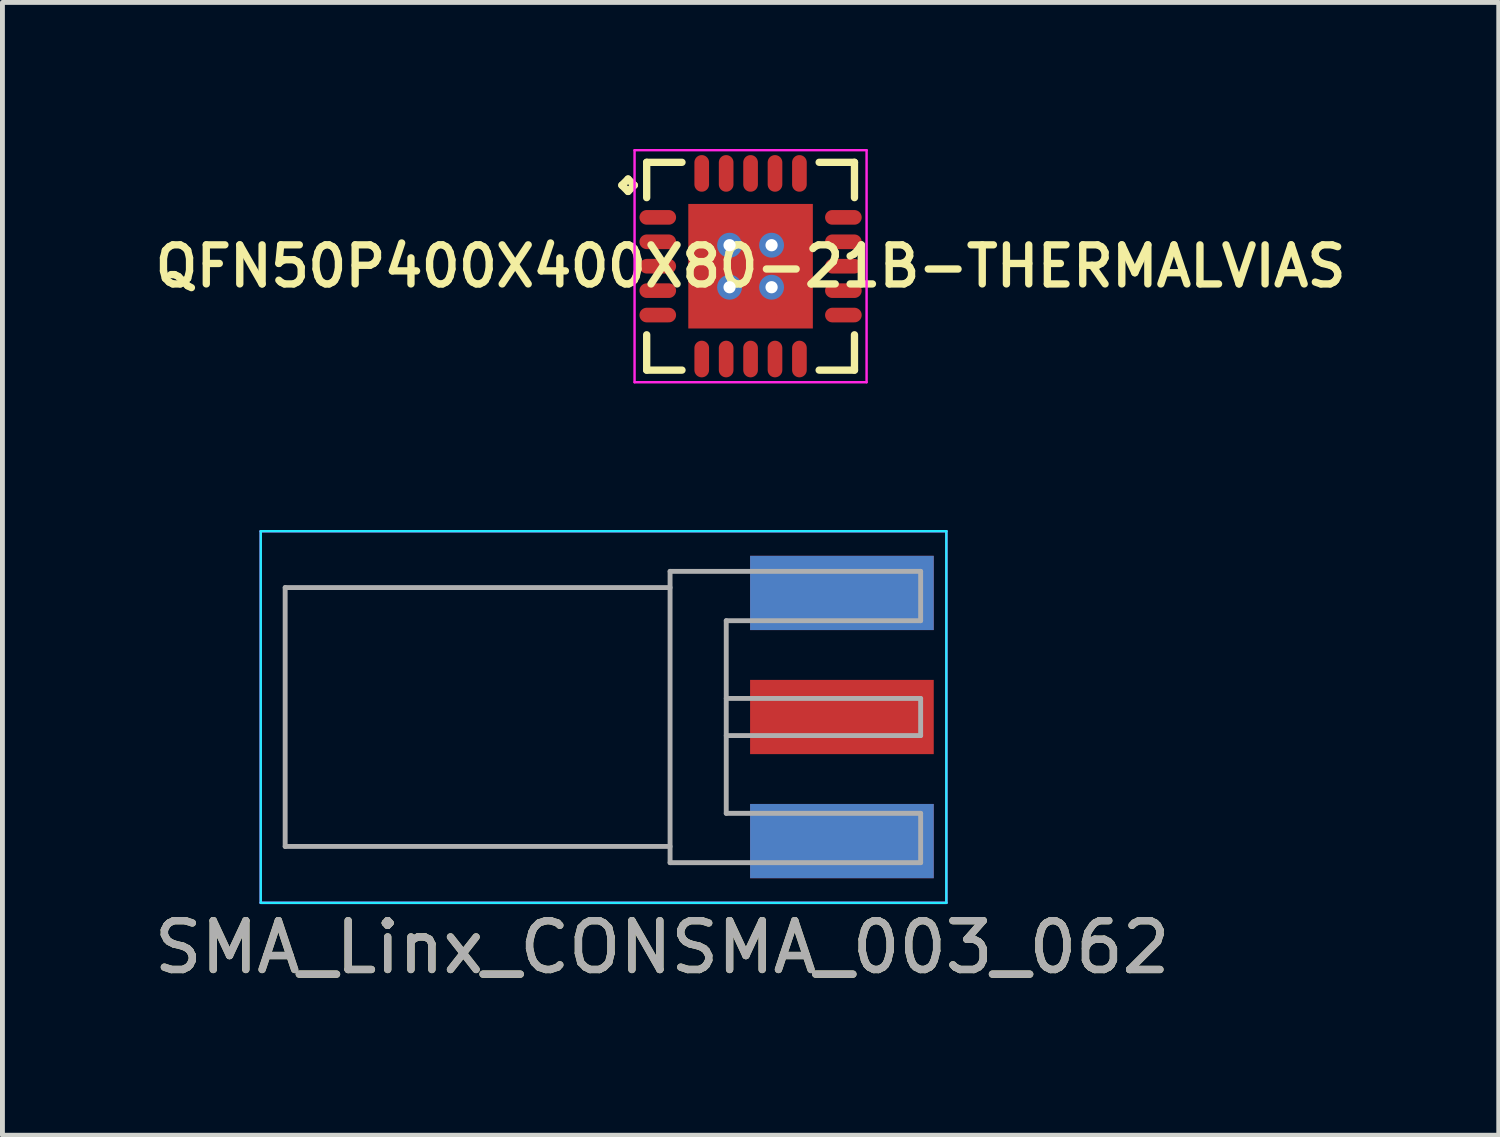
<source format=kicad_pcb>
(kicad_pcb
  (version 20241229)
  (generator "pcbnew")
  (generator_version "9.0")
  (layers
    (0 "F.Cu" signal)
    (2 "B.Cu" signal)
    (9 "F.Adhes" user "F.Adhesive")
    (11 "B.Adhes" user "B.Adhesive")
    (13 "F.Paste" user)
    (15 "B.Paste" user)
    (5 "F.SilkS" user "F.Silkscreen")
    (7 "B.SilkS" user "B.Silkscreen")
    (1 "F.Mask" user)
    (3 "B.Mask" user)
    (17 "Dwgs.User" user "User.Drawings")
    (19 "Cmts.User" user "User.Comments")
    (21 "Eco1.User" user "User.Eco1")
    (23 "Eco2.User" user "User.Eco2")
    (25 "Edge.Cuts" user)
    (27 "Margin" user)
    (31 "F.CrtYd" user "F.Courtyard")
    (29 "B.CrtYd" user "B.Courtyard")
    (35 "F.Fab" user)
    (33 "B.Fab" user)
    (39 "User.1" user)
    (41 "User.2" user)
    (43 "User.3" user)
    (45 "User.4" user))
  (footprint "SMA_Linx_CONSMA_003_062"
    (layer "F.Cu")
    (at 12.006 11.629)
    (property "Reference" "SMA_Linx_CONSMA_003_062" (at -1.5 4.714 0) (layer "F.SilkS") (effects (font (size 1 1) (thickness 0.15))))
    (attr smd)
    (fp_line (start -9.718 -3.804) (end -9.718 3.804) (stroke (width 0.05) (type solid)) (layer "B.CrtYd"))
    (fp_line (start -9.718 -3.804) (end 4.318 -3.804) (stroke (width 0.05) (type solid)) (layer "B.CrtYd"))
    (fp_line (start -9.718 3.804) (end 4.318 3.804) (stroke (width 0.05) (type solid)) (layer "B.CrtYd"))
    (fp_line (start 4.318 -3.804) (end 4.318 3.804) (stroke (width 0.05) (type solid)) (layer "B.CrtYd"))
    (fp_line (start -9.718 -3.804) (end -9.718 3.804) (stroke (width 0.05) (type solid)) (layer "F.CrtYd"))
    (fp_line (start -9.718 3.804) (end 4.318 3.804) (stroke (width 0.05) (type solid)) (layer "F.CrtYd"))
    (fp_line (start 4.318 -3.804) (end -9.718 -3.804) (stroke (width 0.05) (type solid)) (layer "F.CrtYd"))
    (fp_line (start 4.318 -3.804) (end 4.318 3.804) (stroke (width 0.05) (type solid)) (layer "F.CrtYd"))
    (fp_line (start -9.218 -2.65) (end -9.218 2.65) (stroke (width 0.1) (type solid)) (layer "F.Fab"))
    (fp_line (start -9.218 -2.65) (end -1.338 -2.65) (stroke (width 0.1) (type solid)) (layer "F.Fab"))
    (fp_line (start -9.218 2.65) (end -1.338 2.65) (stroke (width 0.1) (type solid)) (layer "F.Fab"))
    (fp_line (start -1.338 -2.982) (end -1.338 2.982) (stroke (width 0.1) (type solid)) (layer "F.Fab"))
    (fp_line (start -1.338 2.982) (end 3.792 2.982) (stroke (width 0.1) (type solid)) (layer "F.Fab"))
    (fp_line (start -0.188 -1.972) (end -0.188 1.972) (stroke (width 0.1) (type solid)) (layer "F.Fab"))
    (fp_line (start -0.188 -1.972) (end 3.792 -1.972) (stroke (width 0.1) (type solid)) (layer "F.Fab"))
    (fp_line (start -0.188 -0.38) (end 3.792 -0.38) (stroke (width 0.1) (type solid)) (layer "F.Fab"))
    (fp_line (start -0.188 0.38) (end 3.792 0.38) (stroke (width 0.1) (type solid)) (layer "F.Fab"))
    (fp_line (start -0.188 1.972) (end 3.792 1.972) (stroke (width 0.1) (type solid)) (layer "F.Fab"))
    (fp_line (start 3.792 -2.982) (end -1.338 -2.982) (stroke (width 0.1) (type solid)) (layer "F.Fab"))
    (fp_line (start 3.792 -2.982) (end 3.792 -1.972) (stroke (width 0.1) (type solid)) (layer "F.Fab"))
    (fp_line (start 3.792 -0.38) (end 3.792 0.38) (stroke (width 0.1) (type solid)) (layer "F.Fab"))
    (fp_line (start 3.792 1.972) (end 3.792 2.982) (stroke (width 0.1) (type solid)) (layer "F.Fab"))
    (fp_text user "${REFERENCE}" (at -1.5 4.714 0) (layer "F.Fab") (effects (font (size 1 1) (thickness 0.15))))
    (pad "1" smd rect (at 2.18 0) (size 3.76 1.52) (layers "F.Cu" "F.Mask"))
    (pad "2" smd rect (at 2.18 -2.54) (size 3.76 1.52) (layers "F.Cu" "F.Mask"))
    (pad "2" smd rect (at 2.18 -2.54) (size 3.76 1.52) (layers "B.Cu" "B.Mask"))
    (pad "2" smd rect (at 2.18 2.54) (size 3.76 1.52) (layers "F.Cu" "F.Mask"))
    (pad "2" smd rect (at 2.18 2.54) (size 3.76 1.52) (layers "B.Cu" "B.Mask")))
  (footprint "QFN50P400X400X80-21B-THERMALVIAS"
    (layer "F.Cu")
    (at 12.316 2.4)
    (property "Reference" "QFN50P400X400X80-21B-THERMALVIAS" (at 0 0 0) (layer "F.SilkS") (effects (font (size 0.8 0.8) (thickness 0.15))))
    (attr smd)
    (fp_line (start -2.635 -1.658) (end -2.508 -1.785) (stroke (width 0.15) (type solid)) (layer "F.SilkS"))
    (fp_line (start -2.508 -1.785) (end -2.381 -1.658) (stroke (width 0.15) (type solid)) (layer "F.SilkS"))
    (fp_line (start -2.508 -1.531) (end -2.635 -1.658) (stroke (width 0.15) (type solid)) (layer "F.SilkS"))
    (fp_line (start -2.381 -1.658) (end -2.508 -1.531) (stroke (width 0.15) (type solid)) (layer "F.SilkS"))
    (fp_line (start -2.127 -2.127) (end -1.404 -2.127) (stroke (width 0.15) (type solid)) (layer "F.SilkS"))
    (fp_line (start -2.127 -1.404) (end -2.127 -2.127) (stroke (width 0.15) (type solid)) (layer "F.SilkS"))
    (fp_line (start -2.127 1.404) (end -2.127 2.127) (stroke (width 0.15) (type solid)) (layer "F.SilkS"))
    (fp_line (start -2.127 2.127) (end -1.404 2.127) (stroke (width 0.15) (type solid)) (layer "F.SilkS"))
    (fp_line (start 1.404 -2.127) (end 2.127 -2.127) (stroke (width 0.15) (type solid)) (layer "F.SilkS"))
    (fp_line (start 1.404 2.127) (end 2.127 2.127) (stroke (width 0.15) (type solid)) (layer "F.SilkS"))
    (fp_line (start 2.127 -2.127) (end 2.127 -1.404) (stroke (width 0.15) (type solid)) (layer "F.SilkS"))
    (fp_line (start 2.127 2.127) (end 2.127 1.404) (stroke (width 0.15) (type solid)) (layer "F.SilkS"))
    (fp_line (start -2.375 -2.375) (end 2.375 -2.375) (stroke (width 0.05) (type solid)) (layer "F.CrtYd"))
    (fp_line (start -2.375 2.375) (end -2.375 -2.375) (stroke (width 0.05) (type solid)) (layer "F.CrtYd"))
    (fp_line (start 2.375 -2.375) (end 2.375 2.375) (stroke (width 0.05) (type solid)) (layer "F.CrtYd"))
    (fp_line (start 2.375 2.375) (end -2.375 2.375) (stroke (width 0.05) (type solid)) (layer "F.CrtYd"))
    (pad "1" smd oval (at -1.9 -1) (size 0.75 0.3) (layers "F.Cu" "F.Mask" "F.Paste"))
    (pad "2" smd oval (at -1.9 -0.5) (size 0.75 0.3) (layers "F.Cu" "F.Mask" "F.Paste"))
    (pad "3" smd oval (at -1.9 0) (size 0.75 0.3) (layers "F.Cu" "F.Mask" "F.Paste"))
    (pad "4" smd oval (at -1.9 0.5) (size 0.75 0.3) (layers "F.Cu" "F.Mask" "F.Paste"))
    (pad "5" smd oval (at -1.9 1) (size 0.75 0.3) (layers "F.Cu" "F.Mask" "F.Paste"))
    (pad "6" smd oval (at -1 1.9) (size 0.3 0.75) (layers "F.Cu" "F.Mask" "F.Paste"))
    (pad "7" smd oval (at -0.5 1.9) (size 0.3 0.75) (layers "F.Cu" "F.Mask" "F.Paste"))
    (pad "8" smd oval (at 0 1.9) (size 0.3 0.75) (layers "F.Cu" "F.Mask" "F.Paste"))
    (pad "9" smd oval (at 0.5 1.9) (size 0.3 0.75) (layers "F.Cu" "F.Mask" "F.Paste"))
    (pad "10" smd oval (at 1 1.9) (size 0.3 0.75) (layers "F.Cu" "F.Mask" "F.Paste"))
    (pad "11" smd oval (at 1.9 1) (size 0.75 0.3) (layers "F.Cu" "F.Mask" "F.Paste"))
    (pad "12" smd oval (at 1.9 0.5) (size 0.75 0.3) (layers "F.Cu" "F.Mask" "F.Paste"))
    (pad "13" smd oval (at 1.9 0) (size 0.75 0.3) (layers "F.Cu" "F.Mask" "F.Paste"))
    (pad "14" smd oval (at 1.9 -0.5) (size 0.75 0.3) (layers "F.Cu" "F.Mask" "F.Paste"))
    (pad "15" smd oval (at 1.9 -1) (size 0.75 0.3) (layers "F.Cu" "F.Mask" "F.Paste"))
    (pad "16" smd oval (at 1 -1.9) (size 0.3 0.75) (layers "F.Cu" "F.Mask" "F.Paste"))
    (pad "17" smd oval (at 0.5 -1.9) (size 0.3 0.75) (layers "F.Cu" "F.Mask" "F.Paste"))
    (pad "18" smd oval (at 0 -1.9) (size 0.3 0.75) (layers "F.Cu" "F.Mask" "F.Paste"))
    (pad "19" smd oval (at -0.5 -1.9) (size 0.3 0.75) (layers "F.Cu" "F.Mask" "F.Paste"))
    (pad "20" smd oval (at -1 -1.9) (size 0.3 0.75) (layers "F.Cu" "F.Mask" "F.Paste"))
    (pad "21" smd roundrect (at -0.85 -0.85) (size 0.65 0.65) (layers "F.Cu" "F.Mask" "F.Paste") (roundrect_rratio 0.3))
    (pad "21" smd roundrect (at -0.85 0) (size 0.65 0.65) (layers "F.Cu" "F.Mask" "F.Paste") (roundrect_rratio 0.3))
    (pad "21" smd roundrect (at -0.85 0.85) (size 0.65 0.65) (layers "F.Cu" "F.Mask" "F.Paste") (roundrect_rratio 0.3))
    (pad "21" thru_hole circle (at -0.43 -0.43) (size 0.51 0.51) (drill 0.25) (layers "*.Cu"))
    (pad "21" thru_hole circle (at -0.43 0.43) (size 0.51 0.51) (drill 0.25) (layers "*.Cu"))
    (pad "21" smd roundrect (at 0 -0.85) (size 0.65 0.65) (layers "F.Cu" "F.Mask" "F.Paste") (roundrect_rratio 0.3))
    (pad "21" smd roundrect (at 0 0) (size 0.65 0.65) (layers "F.Cu" "F.Mask" "F.Paste") (roundrect_rratio 0.3))
    (pad "21" smd rect (at 0 0) (size 2.55 2.55) (layers "F.Cu"))
    (pad "21" smd roundrect (at 0 0.85) (size 0.65 0.65) (layers "F.Cu" "F.Mask" "F.Paste") (roundrect_rratio 0.3))
    (pad "21" thru_hole circle (at 0.43 -0.43) (size 0.51 0.51) (drill 0.25) (layers "*.Cu"))
    (pad "21" thru_hole circle (at 0.43 0.43) (size 0.51 0.51) (drill 0.25) (layers "*.Cu"))
    (pad "21" smd roundrect (at 0.85 -0.85) (size 0.65 0.65) (layers "F.Cu" "F.Mask" "F.Paste") (roundrect_rratio 0.3))
    (pad "21" smd roundrect (at 0.85 0) (size 0.65 0.65) (layers "F.Cu" "F.Mask" "F.Paste") (roundrect_rratio 0.3))
    (pad "21" smd roundrect (at 0.85 0.85) (size 0.65 0.65) (layers "F.Cu" "F.Mask" "F.Paste") (roundrect_rratio 0.3)))
  (gr_rect
    (start -3 -3)
    (end 27.633 20.191)
    (stroke (width 0.1) (type default))
    (fill no)
    (layer "Edge.Cuts")))
</source>
